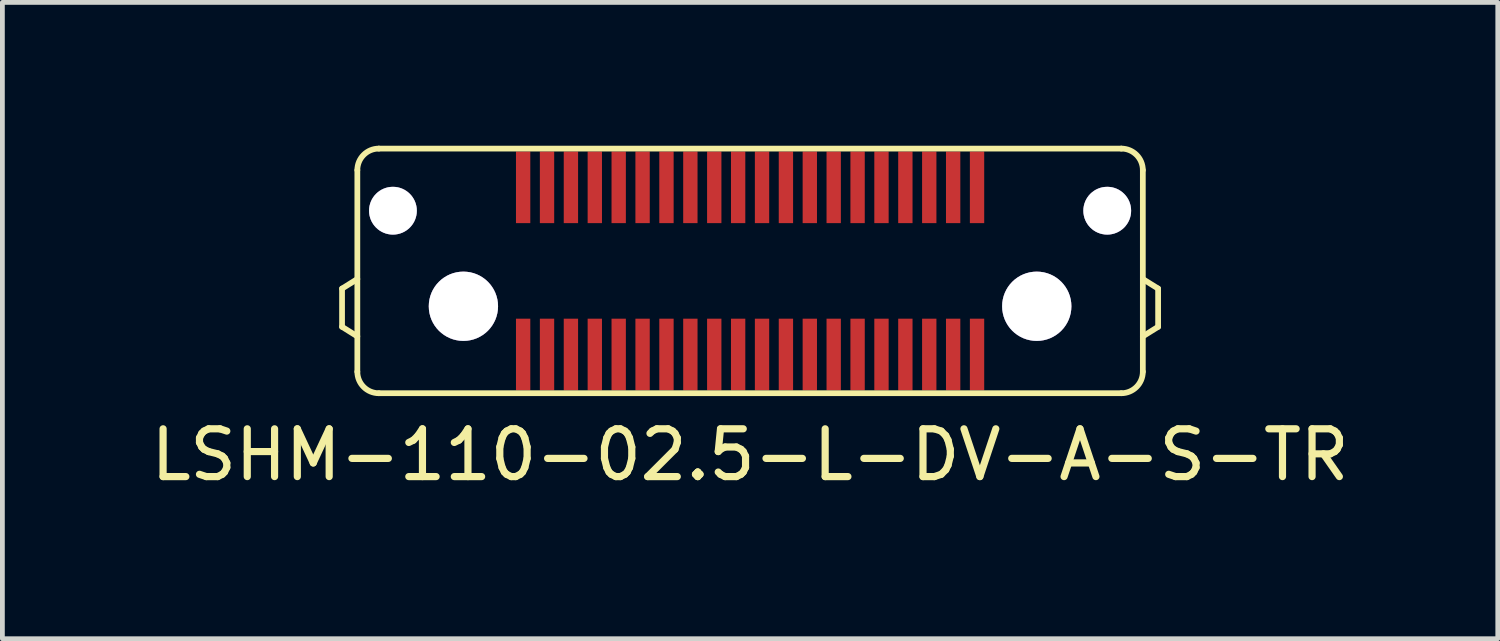
<source format=kicad_pcb>
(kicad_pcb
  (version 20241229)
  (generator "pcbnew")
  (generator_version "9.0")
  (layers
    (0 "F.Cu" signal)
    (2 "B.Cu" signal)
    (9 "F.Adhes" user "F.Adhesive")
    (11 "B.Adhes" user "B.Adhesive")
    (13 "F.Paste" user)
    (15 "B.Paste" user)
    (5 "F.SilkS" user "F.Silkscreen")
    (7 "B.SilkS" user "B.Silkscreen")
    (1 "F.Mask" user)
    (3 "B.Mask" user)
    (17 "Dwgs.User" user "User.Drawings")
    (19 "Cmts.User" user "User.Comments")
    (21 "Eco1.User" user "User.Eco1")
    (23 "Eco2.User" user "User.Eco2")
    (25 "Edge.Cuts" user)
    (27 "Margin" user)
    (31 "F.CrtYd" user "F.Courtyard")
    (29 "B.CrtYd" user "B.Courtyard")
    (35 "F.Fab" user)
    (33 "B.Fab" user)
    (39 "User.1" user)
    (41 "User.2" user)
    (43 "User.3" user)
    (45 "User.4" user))
  (footprint "LSHM-110-02.5-L-DV-A-S-TR"
    (layer "F.Cu")
    (at 12.649 2.62)
    (property "Reference" "LSHM-110-02.5-L-DV-A-S-TR" (at 0 3.85 0) (layer "F.SilkS") (effects (font (size 1 1) (thickness 0.15))))
    (attr through_hole)
    (fp_line (start -8.54 0.37) (end -8.54 1.17) (stroke (width 0.12) (type solid)) (layer "F.SilkS"))
    (fp_line (start -8.54 0.37) (end -8.22 0.17) (stroke (width 0.12) (type solid)) (layer "F.SilkS"))
    (fp_line (start -8.54 1.17) (end -8.22 1.37) (stroke (width 0.12) (type solid)) (layer "F.SilkS"))
    (fp_line (start -8.22 -2.11) (end -8.22 2.11) (stroke (width 0.12) (type solid)) (layer "F.SilkS"))
    (fp_line (start -7.77 -2.56) (end 7.77 -2.56) (stroke (width 0.12) (type solid)) (layer "F.SilkS"))
    (fp_line (start -7.77 2.56) (end 7.77 2.56) (stroke (width 0.12) (type solid)) (layer "F.SilkS"))
    (fp_line (start 8.22 2.11) (end 8.22 -2.11) (stroke (width 0.12) (type solid)) (layer "F.SilkS"))
    (fp_line (start 8.54 0.37) (end 8.22 0.17) (stroke (width 0.12) (type solid)) (layer "F.SilkS"))
    (fp_line (start 8.54 0.37) (end 8.54 1.17) (stroke (width 0.12) (type solid)) (layer "F.SilkS"))
    (fp_line (start 8.54 1.17) (end 8.22 1.37) (stroke (width 0.12) (type solid)) (layer "F.SilkS"))
    (fp_arc (start -8.22 -2.11) (mid -8.088198 -2.428198) (end -7.77 -2.56) (stroke (width 0.12) (type solid)) (layer "F.SilkS"))
    (fp_arc (start -7.77 2.56) (mid -8.088198 2.428198) (end -8.22 2.11) (stroke (width 0.12) (type solid)) (layer "F.SilkS"))
    (fp_arc (start 7.77 -2.56) (mid 8.088198 -2.428198) (end 8.22 -2.11) (stroke (width 0.12) (type solid)) (layer "F.SilkS"))
    (fp_arc (start 8.22 2.11) (mid 8.088198 2.428198) (end 7.77 2.56) (stroke (width 0.12) (type solid)) (layer "F.SilkS"))
    (pad "1" smd rect (at 4.75 1.75) (size 0.3 1.5) (layers "F.Cu" "F.Mask" "F.Paste"))
    (pad "2" smd rect (at 4.75 -1.75) (size 0.3 1.5) (layers "F.Cu" "F.Mask" "F.Paste"))
    (pad "3" smd rect (at 4.25 1.75) (size 0.3 1.5) (layers "F.Cu" "F.Mask" "F.Paste"))
    (pad "4" smd rect (at 4.25 -1.75) (size 0.3 1.5) (layers "F.Cu" "F.Mask" "F.Paste"))
    (pad "5" smd rect (at 3.75 1.75) (size 0.3 1.5) (layers "F.Cu" "F.Mask" "F.Paste"))
    (pad "6" smd rect (at 3.75 -1.75) (size 0.3 1.5) (layers "F.Cu" "F.Mask" "F.Paste"))
    (pad "7" smd rect (at 3.25 1.75) (size 0.3 1.5) (layers "F.Cu" "F.Mask" "F.Paste"))
    (pad "8" smd rect (at 3.25 -1.75) (size 0.3 1.5) (layers "F.Cu" "F.Mask" "F.Paste"))
    (pad "9" smd rect (at 2.75 1.75) (size 0.3 1.5) (layers "F.Cu" "F.Mask" "F.Paste"))
    (pad "10" smd rect (at 2.75 -1.75) (size 0.3 1.5) (layers "F.Cu" "F.Mask" "F.Paste"))
    (pad "11" smd rect (at 2.25 1.75) (size 0.3 1.5) (layers "F.Cu" "F.Mask" "F.Paste"))
    (pad "12" smd rect (at 2.25 -1.75) (size 0.3 1.5) (layers "F.Cu" "F.Mask" "F.Paste"))
    (pad "13" smd rect (at 1.75 1.75) (size 0.3 1.5) (layers "F.Cu" "F.Mask" "F.Paste"))
    (pad "14" smd rect (at 1.75 -1.75) (size 0.3 1.5) (layers "F.Cu" "F.Mask" "F.Paste"))
    (pad "15" smd rect (at 1.25 1.75) (size 0.3 1.5) (layers "F.Cu" "F.Mask" "F.Paste"))
    (pad "16" smd rect (at 1.25 -1.75) (size 0.3 1.5) (layers "F.Cu" "F.Mask" "F.Paste"))
    (pad "17" smd rect (at 0.75 1.75) (size 0.3 1.5) (layers "F.Cu" "F.Mask" "F.Paste"))
    (pad "18" smd rect (at 0.75 -1.75) (size 0.3 1.5) (layers "F.Cu" "F.Mask" "F.Paste"))
    (pad "19" smd rect (at 0.25 1.75) (size 0.3 1.5) (layers "F.Cu" "F.Mask" "F.Paste"))
    (pad "20" smd rect (at 0.25 -1.75) (size 0.3 1.5) (layers "F.Cu" "F.Mask" "F.Paste"))
    (pad "21" smd rect (at -0.25 1.75) (size 0.3 1.5) (layers "F.Cu" "F.Mask" "F.Paste"))
    (pad "22" smd rect (at -0.25 -1.75) (size 0.3 1.5) (layers "F.Cu" "F.Mask" "F.Paste"))
    (pad "23" smd rect (at -0.75 1.75) (size 0.3 1.5) (layers "F.Cu" "F.Mask" "F.Paste"))
    (pad "24" smd rect (at -0.75 -1.75) (size 0.3 1.5) (layers "F.Cu" "F.Mask" "F.Paste"))
    (pad "25" smd rect (at -1.25 1.75) (size 0.3 1.5) (layers "F.Cu" "F.Mask" "F.Paste"))
    (pad "26" smd rect (at -1.25 -1.75) (size 0.3 1.5) (layers "F.Cu" "F.Mask" "F.Paste"))
    (pad "27" smd rect (at -1.75 1.75) (size 0.3 1.5) (layers "F.Cu" "F.Mask" "F.Paste"))
    (pad "28" smd rect (at -1.75 -1.75) (size 0.3 1.5) (layers "F.Cu" "F.Mask" "F.Paste"))
    (pad "29" smd rect (at -2.25 1.75) (size 0.3 1.5) (layers "F.Cu" "F.Mask" "F.Paste"))
    (pad "30" smd rect (at -2.25 -1.75) (size 0.3 1.5) (layers "F.Cu" "F.Mask" "F.Paste"))
    (pad "31" smd rect (at -2.75 1.75) (size 0.3 1.5) (layers "F.Cu" "F.Mask" "F.Paste"))
    (pad "32" smd rect (at -2.75 -1.75) (size 0.3 1.5) (layers "F.Cu" "F.Mask" "F.Paste"))
    (pad "33" smd rect (at -3.25 1.75) (size 0.3 1.5) (layers "F.Cu" "F.Mask" "F.Paste"))
    (pad "34" smd rect (at -3.25 -1.75) (size 0.3 1.5) (layers "F.Cu" "F.Mask" "F.Paste"))
    (pad "35" smd rect (at -3.75 1.75) (size 0.3 1.5) (layers "F.Cu" "F.Mask" "F.Paste"))
    (pad "36" smd rect (at -3.75 -1.75) (size 0.3 1.5) (layers "F.Cu" "F.Mask" "F.Paste"))
    (pad "37" smd rect (at -4.25 1.75) (size 0.3 1.5) (layers "F.Cu" "F.Mask" "F.Paste"))
    (pad "38" smd rect (at -4.25 -1.75) (size 0.3 1.5) (layers "F.Cu" "F.Mask" "F.Paste"))
    (pad "39" smd rect (at -4.75 1.75) (size 0.3 1.5) (layers "F.Cu" "F.Mask" "F.Paste"))
    (pad "40" smd rect (at -4.75 -1.75) (size 0.3 1.5) (layers "F.Cu" "F.Mask" "F.Paste"))
    (pad "41" thru_hole circle (at -7.475 -1.26) (size 1 1) (drill 1) (layers "*.Cu" "*.Mask"))
    (pad "41" thru_hole circle (at -6 0.74) (size 1.45 1.45) (drill 1.45) (layers "*.Cu" "*.Mask"))
    (pad "41" thru_hole circle (at 6 0.74) (size 1.45 1.45) (drill 1.45) (layers "*.Cu" "*.Mask"))
    (pad "41" thru_hole circle (at 7.475 -1.26) (size 1 1) (drill 1) (layers "*.Cu" "*.Mask")))
  (gr_rect
    (start -3 -3)
    (end 28.298 10.318)
    (stroke (width 0.1) (type default))
    (fill no)
    (layer "Edge.Cuts")))
</source>
